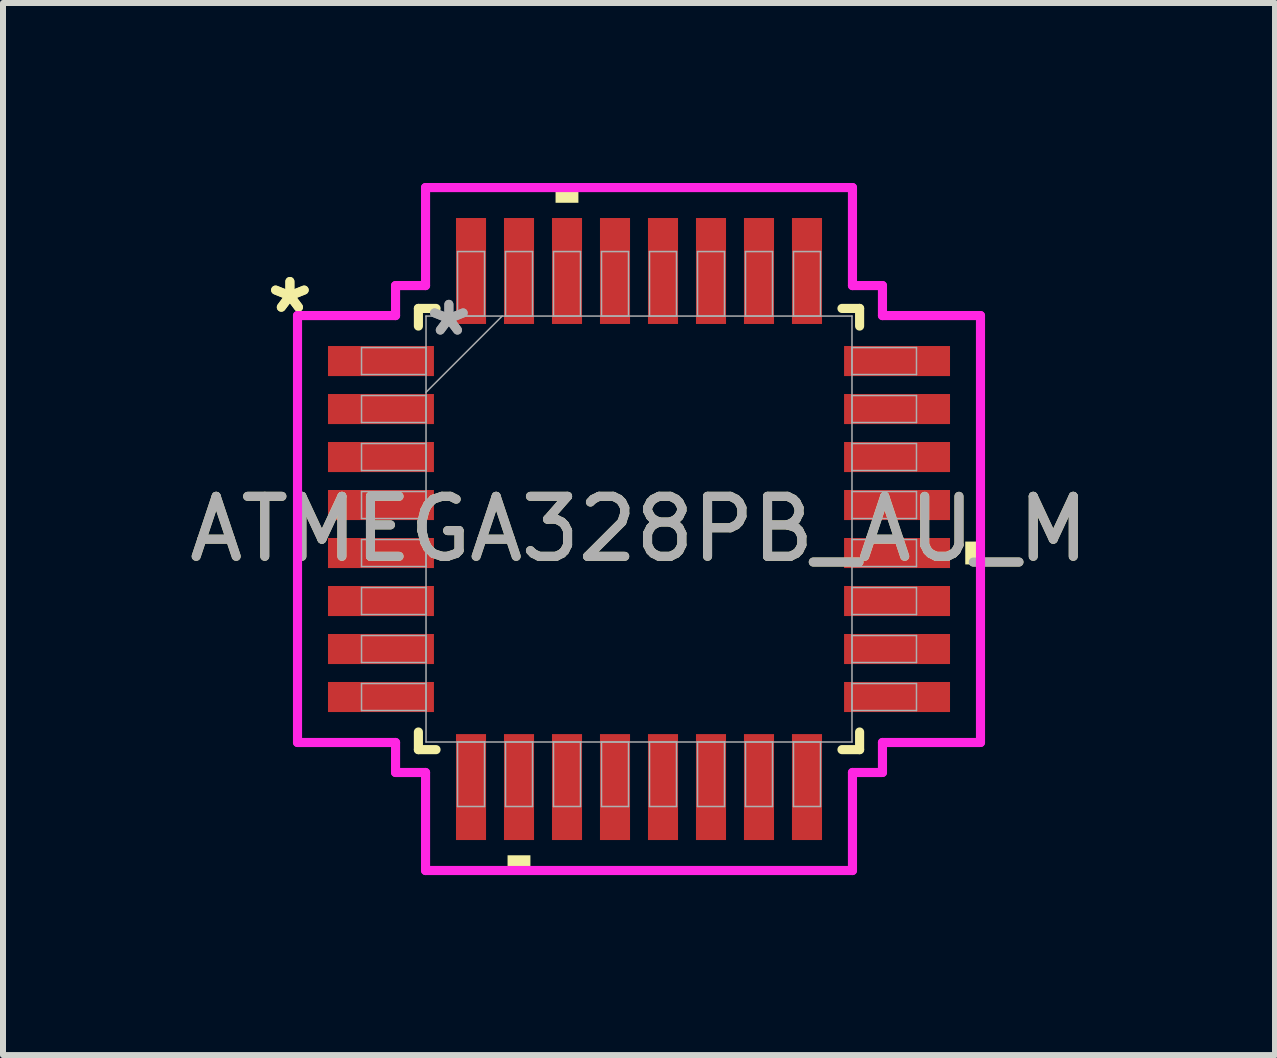
<source format=kicad_pcb>
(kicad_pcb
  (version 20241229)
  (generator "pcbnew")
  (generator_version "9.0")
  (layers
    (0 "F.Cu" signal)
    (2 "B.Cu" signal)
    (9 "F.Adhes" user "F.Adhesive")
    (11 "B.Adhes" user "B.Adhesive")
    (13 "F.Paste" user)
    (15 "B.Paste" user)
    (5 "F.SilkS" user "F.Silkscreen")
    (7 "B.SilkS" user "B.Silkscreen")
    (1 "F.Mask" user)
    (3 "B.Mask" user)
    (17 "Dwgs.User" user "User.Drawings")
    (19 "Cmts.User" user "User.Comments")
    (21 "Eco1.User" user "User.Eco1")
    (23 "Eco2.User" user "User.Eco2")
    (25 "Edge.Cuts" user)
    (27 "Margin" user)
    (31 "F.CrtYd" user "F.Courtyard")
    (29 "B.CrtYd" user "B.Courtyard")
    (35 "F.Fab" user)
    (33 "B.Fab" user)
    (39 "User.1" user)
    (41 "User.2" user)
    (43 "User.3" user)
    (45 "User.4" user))
  (footprint "ATMEGA328PB_AU_M"
    (layer "F.Cu")
    (at 7.601 5.768)
    (property "Reference" "ATMEGA328PB_AU_M" (at 0 0 0) (unlocked yes) (layer "F.SilkS") (effects (font (size 1 1) (thickness 0.15))))
    (attr smd)
    (fp_line (start -3.677 -3.677) (end -3.677 -3.383) (stroke (width 0.152) (type solid)) (layer "F.SilkS"))
    (fp_line (start -3.677 3.383) (end -3.677 3.677) (stroke (width 0.152) (type solid)) (layer "F.SilkS"))
    (fp_line (start -3.677 3.677) (end -3.383 3.677) (stroke (width 0.152) (type solid)) (layer "F.SilkS"))
    (fp_line (start -3.383 -3.677) (end -3.677 -3.677) (stroke (width 0.152) (type solid)) (layer "F.SilkS"))
    (fp_line (start 3.383 3.677) (end 3.677 3.677) (stroke (width 0.152) (type solid)) (layer "F.SilkS"))
    (fp_line (start 3.677 -3.677) (end 3.383 -3.677) (stroke (width 0.152) (type solid)) (layer "F.SilkS"))
    (fp_line (start 3.677 -3.383) (end 3.677 -3.677) (stroke (width 0.152) (type solid)) (layer "F.SilkS"))
    (fp_line (start 3.677 3.677) (end 3.677 3.383) (stroke (width 0.152) (type solid)) (layer "F.SilkS"))
    (fp_poly (pts (xy -2.191 5.438) (xy -2.191 5.692) (xy -1.81 5.692) (xy -1.81 5.438)) (stroke (width 0) (type solid)) (fill yes) (layer "F.SilkS"))
    (fp_poly (pts (xy -1.391 -5.438) (xy -1.391 -5.692) (xy -1.01 -5.692) (xy -1.01 -5.438)) (stroke (width 0) (type solid)) (fill yes) (layer "F.SilkS"))
    (fp_poly (pts (xy 5.692 0.209) (xy 5.692 0.59) (xy 5.438 0.59) (xy 5.438 0.209)) (stroke (width 0) (type solid)) (fill yes) (layer "F.SilkS"))
    (fp_line (start -5.692 -3.558) (end -4.058 -3.558) (stroke (width 0.152) (type solid)) (layer "F.CrtYd"))
    (fp_line (start -5.692 3.558) (end -5.692 -3.558) (stroke (width 0.152) (type solid)) (layer "F.CrtYd"))
    (fp_line (start -4.058 -4.058) (end -3.558 -4.058) (stroke (width 0.152) (type solid)) (layer "F.CrtYd"))
    (fp_line (start -4.058 -3.558) (end -4.058 -4.058) (stroke (width 0.152) (type solid)) (layer "F.CrtYd"))
    (fp_line (start -4.058 3.558) (end -5.692 3.558) (stroke (width 0.152) (type solid)) (layer "F.CrtYd"))
    (fp_line (start -4.058 4.058) (end -4.058 3.558) (stroke (width 0.152) (type solid)) (layer "F.CrtYd"))
    (fp_line (start -4.058 4.058) (end -3.558 4.058) (stroke (width 0.152) (type solid)) (layer "F.CrtYd"))
    (fp_line (start -3.558 -5.692) (end 3.558 -5.692) (stroke (width 0.152) (type solid)) (layer "F.CrtYd"))
    (fp_line (start -3.558 -4.058) (end -3.558 -5.692) (stroke (width 0.152) (type solid)) (layer "F.CrtYd"))
    (fp_line (start -3.558 4.058) (end -3.558 5.692) (stroke (width 0.152) (type solid)) (layer "F.CrtYd"))
    (fp_line (start -3.558 5.692) (end 3.558 5.692) (stroke (width 0.152) (type solid)) (layer "F.CrtYd"))
    (fp_line (start 3.558 -5.692) (end 3.558 -4.058) (stroke (width 0.152) (type solid)) (layer "F.CrtYd"))
    (fp_line (start 3.558 -4.058) (end 4.058 -4.058) (stroke (width 0.152) (type solid)) (layer "F.CrtYd"))
    (fp_line (start 3.558 4.058) (end 4.058 4.058) (stroke (width 0.152) (type solid)) (layer "F.CrtYd"))
    (fp_line (start 3.558 5.692) (end 3.558 4.058) (stroke (width 0.152) (type solid)) (layer "F.CrtYd"))
    (fp_line (start 4.058 -3.558) (end 4.058 -4.058) (stroke (width 0.152) (type solid)) (layer "F.CrtYd"))
    (fp_line (start 4.058 3.558) (end 5.692 3.558) (stroke (width 0.152) (type solid)) (layer "F.CrtYd"))
    (fp_line (start 4.058 4.058) (end 4.058 3.558) (stroke (width 0.152) (type solid)) (layer "F.CrtYd"))
    (fp_line (start 5.692 -3.558) (end 4.058 -3.558) (stroke (width 0.152) (type solid)) (layer "F.CrtYd"))
    (fp_line (start 5.692 3.558) (end 5.692 -3.558) (stroke (width 0.152) (type solid)) (layer "F.CrtYd"))
    (fp_line (start -4.625 -3.025) (end -4.625 -2.575) (stroke (width 0.025) (type solid)) (layer "F.Fab"))
    (fp_line (start -4.625 -2.575) (end -3.55 -2.575) (stroke (width 0.025) (type solid)) (layer "F.Fab"))
    (fp_line (start -4.625 -2.225) (end -4.625 -1.775) (stroke (width 0.025) (type solid)) (layer "F.Fab"))
    (fp_line (start -4.625 -1.775) (end -3.55 -1.775) (stroke (width 0.025) (type solid)) (layer "F.Fab"))
    (fp_line (start -4.625 -1.425) (end -4.625 -0.975) (stroke (width 0.025) (type solid)) (layer "F.Fab"))
    (fp_line (start -4.625 -0.975) (end -3.55 -0.975) (stroke (width 0.025) (type solid)) (layer "F.Fab"))
    (fp_line (start -4.625 -0.625) (end -4.625 -0.175) (stroke (width 0.025) (type solid)) (layer "F.Fab"))
    (fp_line (start -4.625 -0.175) (end -3.55 -0.175) (stroke (width 0.025) (type solid)) (layer "F.Fab"))
    (fp_line (start -4.625 0.175) (end -4.625 0.625) (stroke (width 0.025) (type solid)) (layer "F.Fab"))
    (fp_line (start -4.625 0.625) (end -3.55 0.625) (stroke (width 0.025) (type solid)) (layer "F.Fab"))
    (fp_line (start -4.625 0.975) (end -4.625 1.425) (stroke (width 0.025) (type solid)) (layer "F.Fab"))
    (fp_line (start -4.625 1.425) (end -3.55 1.425) (stroke (width 0.025) (type solid)) (layer "F.Fab"))
    (fp_line (start -4.625 1.775) (end -4.625 2.225) (stroke (width 0.025) (type solid)) (layer "F.Fab"))
    (fp_line (start -4.625 2.225) (end -3.55 2.225) (stroke (width 0.025) (type solid)) (layer "F.Fab"))
    (fp_line (start -4.625 2.575) (end -4.625 3.025) (stroke (width 0.025) (type solid)) (layer "F.Fab"))
    (fp_line (start -4.625 3.025) (end -3.55 3.025) (stroke (width 0.025) (type solid)) (layer "F.Fab"))
    (fp_line (start -3.55 -3.55) (end -3.55 3.55) (stroke (width 0.025) (type solid)) (layer "F.Fab"))
    (fp_line (start -3.55 -3.025) (end -4.625 -3.025) (stroke (width 0.025) (type solid)) (layer "F.Fab"))
    (fp_line (start -3.55 -2.575) (end -3.55 -3.025) (stroke (width 0.025) (type solid)) (layer "F.Fab"))
    (fp_line (start -3.55 -2.28) (end -2.28 -3.55) (stroke (width 0.025) (type solid)) (layer "F.Fab"))
    (fp_line (start -3.55 -2.225) (end -4.625 -2.225) (stroke (width 0.025) (type solid)) (layer "F.Fab"))
    (fp_line (start -3.55 -1.775) (end -3.55 -2.225) (stroke (width 0.025) (type solid)) (layer "F.Fab"))
    (fp_line (start -3.55 -1.425) (end -4.625 -1.425) (stroke (width 0.025) (type solid)) (layer "F.Fab"))
    (fp_line (start -3.55 -0.975) (end -3.55 -1.425) (stroke (width 0.025) (type solid)) (layer "F.Fab"))
    (fp_line (start -3.55 -0.625) (end -4.625 -0.625) (stroke (width 0.025) (type solid)) (layer "F.Fab"))
    (fp_line (start -3.55 -0.175) (end -3.55 -0.625) (stroke (width 0.025) (type solid)) (layer "F.Fab"))
    (fp_line (start -3.55 0.175) (end -4.625 0.175) (stroke (width 0.025) (type solid)) (layer "F.Fab"))
    (fp_line (start -3.55 0.625) (end -3.55 0.175) (stroke (width 0.025) (type solid)) (layer "F.Fab"))
    (fp_line (start -3.55 0.975) (end -4.625 0.975) (stroke (width 0.025) (type solid)) (layer "F.Fab"))
    (fp_line (start -3.55 1.425) (end -3.55 0.975) (stroke (width 0.025) (type solid)) (layer "F.Fab"))
    (fp_line (start -3.55 1.775) (end -4.625 1.775) (stroke (width 0.025) (type solid)) (layer "F.Fab"))
    (fp_line (start -3.55 2.225) (end -3.55 1.775) (stroke (width 0.025) (type solid)) (layer "F.Fab"))
    (fp_line (start -3.55 2.575) (end -4.625 2.575) (stroke (width 0.025) (type solid)) (layer "F.Fab"))
    (fp_line (start -3.55 3.025) (end -3.55 2.575) (stroke (width 0.025) (type solid)) (layer "F.Fab"))
    (fp_line (start -3.55 3.55) (end 3.55 3.55) (stroke (width 0.025) (type solid)) (layer "F.Fab"))
    (fp_line (start -3.025 -4.625) (end -3.025 -3.55) (stroke (width 0.025) (type solid)) (layer "F.Fab"))
    (fp_line (start -3.025 -3.55) (end -2.575 -3.55) (stroke (width 0.025) (type solid)) (layer "F.Fab"))
    (fp_line (start -3.025 3.55) (end -3.025 4.625) (stroke (width 0.025) (type solid)) (layer "F.Fab"))
    (fp_line (start -3.025 4.625) (end -2.575 4.625) (stroke (width 0.025) (type solid)) (layer "F.Fab"))
    (fp_line (start -2.575 3.55) (end -3.025 3.55) (stroke (width 0.025) (type solid)) (layer "F.Fab"))
    (fp_line (start -2.575 4.625) (end -2.575 3.55) (stroke (width 0.025) (type solid)) (layer "F.Fab"))
    (fp_line (start -2.575 -4.625) (end -3.025 -4.625) (stroke (width 0.025) (type solid)) (layer "F.Fab"))
    (fp_line (start -2.575 -3.55) (end -2.575 -4.625) (stroke (width 0.025) (type solid)) (layer "F.Fab"))
    (fp_line (start -2.225 -4.625) (end -2.225 -3.55) (stroke (width 0.025) (type solid)) (layer "F.Fab"))
    (fp_line (start -2.225 -3.55) (end -1.775 -3.55) (stroke (width 0.025) (type solid)) (layer "F.Fab"))
    (fp_line (start -2.225 3.55) (end -2.225 4.625) (stroke (width 0.025) (type solid)) (layer "F.Fab"))
    (fp_line (start -2.225 4.625) (end -1.775 4.625) (stroke (width 0.025) (type solid)) (layer "F.Fab"))
    (fp_line (start -1.775 -4.625) (end -2.225 -4.625) (stroke (width 0.025) (type solid)) (layer "F.Fab"))
    (fp_line (start -1.775 -3.55) (end -1.775 -4.625) (stroke (width 0.025) (type solid)) (layer "F.Fab"))
    (fp_line (start -1.775 3.55) (end -2.225 3.55) (stroke (width 0.025) (type solid)) (layer "F.Fab"))
    (fp_line (start -1.775 4.625) (end -1.775 3.55) (stroke (width 0.025) (type solid)) (layer "F.Fab"))
    (fp_line (start -1.425 -4.625) (end -1.425 -3.55) (stroke (width 0.025) (type solid)) (layer "F.Fab"))
    (fp_line (start -1.425 -3.55) (end -0.975 -3.55) (stroke (width 0.025) (type solid)) (layer "F.Fab"))
    (fp_line (start -1.425 3.55) (end -1.425 4.625) (stroke (width 0.025) (type solid)) (layer "F.Fab"))
    (fp_line (start -1.425 4.625) (end -0.975 4.625) (stroke (width 0.025) (type solid)) (layer "F.Fab"))
    (fp_line (start -0.975 -4.625) (end -1.425 -4.625) (stroke (width 0.025) (type solid)) (layer "F.Fab"))
    (fp_line (start -0.975 -3.55) (end -0.975 -4.625) (stroke (width 0.025) (type solid)) (layer "F.Fab"))
    (fp_line (start -0.975 3.55) (end -1.425 3.55) (stroke (width 0.025) (type solid)) (layer "F.Fab"))
    (fp_line (start -0.975 4.625) (end -0.975 3.55) (stroke (width 0.025) (type solid)) (layer "F.Fab"))
    (fp_line (start -0.625 -4.625) (end -0.625 -3.55) (stroke (width 0.025) (type solid)) (layer "F.Fab"))
    (fp_line (start -0.625 -3.55) (end -0.175 -3.55) (stroke (width 0.025) (type solid)) (layer "F.Fab"))
    (fp_line (start -0.625 3.55) (end -0.625 4.625) (stroke (width 0.025) (type solid)) (layer "F.Fab"))
    (fp_line (start -0.625 4.625) (end -0.175 4.625) (stroke (width 0.025) (type solid)) (layer "F.Fab"))
    (fp_line (start -0.175 -4.625) (end -0.625 -4.625) (stroke (width 0.025) (type solid)) (layer "F.Fab"))
    (fp_line (start -0.175 -3.55) (end -0.175 -4.625) (stroke (width 0.025) (type solid)) (layer "F.Fab"))
    (fp_line (start -0.175 3.55) (end -0.625 3.55) (stroke (width 0.025) (type solid)) (layer "F.Fab"))
    (fp_line (start -0.175 4.625) (end -0.175 3.55) (stroke (width 0.025) (type solid)) (layer "F.Fab"))
    (fp_line (start 0.175 -4.625) (end 0.175 -3.55) (stroke (width 0.025) (type solid)) (layer "F.Fab"))
    (fp_line (start 0.175 -3.55) (end 0.625 -3.55) (stroke (width 0.025) (type solid)) (layer "F.Fab"))
    (fp_line (start 0.175 3.55) (end 0.175 4.625) (stroke (width 0.025) (type solid)) (layer "F.Fab"))
    (fp_line (start 0.175 4.625) (end 0.625 4.625) (stroke (width 0.025) (type solid)) (layer "F.Fab"))
    (fp_line (start 0.625 -4.625) (end 0.175 -4.625) (stroke (width 0.025) (type solid)) (layer "F.Fab"))
    (fp_line (start 0.625 -3.55) (end 0.625 -4.625) (stroke (width 0.025) (type solid)) (layer "F.Fab"))
    (fp_line (start 0.625 3.55) (end 0.175 3.55) (stroke (width 0.025) (type solid)) (layer "F.Fab"))
    (fp_line (start 0.625 4.625) (end 0.625 3.55) (stroke (width 0.025) (type solid)) (layer "F.Fab"))
    (fp_line (start 0.975 -4.625) (end 0.975 -3.55) (stroke (width 0.025) (type solid)) (layer "F.Fab"))
    (fp_line (start 0.975 -3.55) (end 1.425 -3.55) (stroke (width 0.025) (type solid)) (layer "F.Fab"))
    (fp_line (start 0.975 3.55) (end 0.975 4.625) (stroke (width 0.025) (type solid)) (layer "F.Fab"))
    (fp_line (start 0.975 4.625) (end 1.425 4.625) (stroke (width 0.025) (type solid)) (layer "F.Fab"))
    (fp_line (start 1.425 -4.625) (end 0.975 -4.625) (stroke (width 0.025) (type solid)) (layer "F.Fab"))
    (fp_line (start 1.425 -3.55) (end 1.425 -4.625) (stroke (width 0.025) (type solid)) (layer "F.Fab"))
    (fp_line (start 1.425 3.55) (end 0.975 3.55) (stroke (width 0.025) (type solid)) (layer "F.Fab"))
    (fp_line (start 1.425 4.625) (end 1.425 3.55) (stroke (width 0.025) (type solid)) (layer "F.Fab"))
    (fp_line (start 1.775 -4.625) (end 1.775 -3.55) (stroke (width 0.025) (type solid)) (layer "F.Fab"))
    (fp_line (start 1.775 -3.55) (end 2.225 -3.55) (stroke (width 0.025) (type solid)) (layer "F.Fab"))
    (fp_line (start 1.775 3.55) (end 1.775 4.625) (stroke (width 0.025) (type solid)) (layer "F.Fab"))
    (fp_line (start 1.775 4.625) (end 2.225 4.625) (stroke (width 0.025) (type solid)) (layer "F.Fab"))
    (fp_line (start 2.225 -4.625) (end 1.775 -4.625) (stroke (width 0.025) (type solid)) (layer "F.Fab"))
    (fp_line (start 2.225 -3.55) (end 2.225 -4.625) (stroke (width 0.025) (type solid)) (layer "F.Fab"))
    (fp_line (start 2.225 3.55) (end 1.775 3.55) (stroke (width 0.025) (type solid)) (layer "F.Fab"))
    (fp_line (start 2.225 4.625) (end 2.225 3.55) (stroke (width 0.025) (type solid)) (layer "F.Fab"))
    (fp_line (start 2.575 3.55) (end 2.575 4.625) (stroke (width 0.025) (type solid)) (layer "F.Fab"))
    (fp_line (start 2.575 4.625) (end 3.025 4.625) (stroke (width 0.025) (type solid)) (layer "F.Fab"))
    (fp_line (start 2.575 -4.625) (end 2.575 -3.55) (stroke (width 0.025) (type solid)) (layer "F.Fab"))
    (fp_line (start 2.575 -3.55) (end 3.025 -3.55) (stroke (width 0.025) (type solid)) (layer "F.Fab"))
    (fp_line (start 3.025 -4.625) (end 2.575 -4.625) (stroke (width 0.025) (type solid)) (layer "F.Fab"))
    (fp_line (start 3.025 -3.55) (end 3.025 -4.625) (stroke (width 0.025) (type solid)) (layer "F.Fab"))
    (fp_line (start 3.025 3.55) (end 2.575 3.55) (stroke (width 0.025) (type solid)) (layer "F.Fab"))
    (fp_line (start 3.025 4.625) (end 3.025 3.55) (stroke (width 0.025) (type solid)) (layer "F.Fab"))
    (fp_line (start 3.55 -3.55) (end -3.55 -3.55) (stroke (width 0.025) (type solid)) (layer "F.Fab"))
    (fp_line (start 3.55 -3.025) (end 3.55 -2.575) (stroke (width 0.025) (type solid)) (layer "F.Fab"))
    (fp_line (start 3.55 -2.575) (end 4.625 -2.575) (stroke (width 0.025) (type solid)) (layer "F.Fab"))
    (fp_line (start 3.55 -2.225) (end 3.55 -1.775) (stroke (width 0.025) (type solid)) (layer "F.Fab"))
    (fp_line (start 3.55 -1.775) (end 4.625 -1.775) (stroke (width 0.025) (type solid)) (layer "F.Fab"))
    (fp_line (start 3.55 -1.425) (end 3.55 -0.975) (stroke (width 0.025) (type solid)) (layer "F.Fab"))
    (fp_line (start 3.55 -0.975) (end 4.625 -0.975) (stroke (width 0.025) (type solid)) (layer "F.Fab"))
    (fp_line (start 3.55 -0.625) (end 3.55 -0.175) (stroke (width 0.025) (type solid)) (layer "F.Fab"))
    (fp_line (start 3.55 -0.175) (end 4.625 -0.175) (stroke (width 0.025) (type solid)) (layer "F.Fab"))
    (fp_line (start 3.55 0.175) (end 3.55 0.625) (stroke (width 0.025) (type solid)) (layer "F.Fab"))
    (fp_line (start 3.55 0.625) (end 4.625 0.625) (stroke (width 0.025) (type solid)) (layer "F.Fab"))
    (fp_line (start 3.55 0.975) (end 3.55 1.425) (stroke (width 0.025) (type solid)) (layer "F.Fab"))
    (fp_line (start 3.55 1.425) (end 4.625 1.425) (stroke (width 0.025) (type solid)) (layer "F.Fab"))
    (fp_line (start 3.55 1.775) (end 3.55 2.225) (stroke (width 0.025) (type solid)) (layer "F.Fab"))
    (fp_line (start 3.55 2.225) (end 4.625 2.225) (stroke (width 0.025) (type solid)) (layer "F.Fab"))
    (fp_line (start 3.55 2.575) (end 3.55 3.025) (stroke (width 0.025) (type solid)) (layer "F.Fab"))
    (fp_line (start 3.55 3.025) (end 4.625 3.025) (stroke (width 0.025) (type solid)) (layer "F.Fab"))
    (fp_line (start 3.55 3.55) (end 3.55 -3.55) (stroke (width 0.025) (type solid)) (layer "F.Fab"))
    (fp_line (start 4.625 -3.025) (end 3.55 -3.025) (stroke (width 0.025) (type solid)) (layer "F.Fab"))
    (fp_line (start 4.625 -2.575) (end 4.625 -3.025) (stroke (width 0.025) (type solid)) (layer "F.Fab"))
    (fp_line (start 4.625 -2.225) (end 3.55 -2.225) (stroke (width 0.025) (type solid)) (layer "F.Fab"))
    (fp_line (start 4.625 -1.775) (end 4.625 -2.225) (stroke (width 0.025) (type solid)) (layer "F.Fab"))
    (fp_line (start 4.625 -1.425) (end 3.55 -1.425) (stroke (width 0.025) (type solid)) (layer "F.Fab"))
    (fp_line (start 4.625 -0.975) (end 4.625 -1.425) (stroke (width 0.025) (type solid)) (layer "F.Fab"))
    (fp_line (start 4.625 -0.625) (end 3.55 -0.625) (stroke (width 0.025) (type solid)) (layer "F.Fab"))
    (fp_line (start 4.625 -0.175) (end 4.625 -0.625) (stroke (width 0.025) (type solid)) (layer "F.Fab"))
    (fp_line (start 4.625 0.175) (end 3.55 0.175) (stroke (width 0.025) (type solid)) (layer "F.Fab"))
    (fp_line (start 4.625 0.625) (end 4.625 0.175) (stroke (width 0.025) (type solid)) (layer "F.Fab"))
    (fp_line (start 4.625 0.975) (end 3.55 0.975) (stroke (width 0.025) (type solid)) (layer "F.Fab"))
    (fp_line (start 4.625 1.425) (end 4.625 0.975) (stroke (width 0.025) (type solid)) (layer "F.Fab"))
    (fp_line (start 4.625 1.775) (end 3.55 1.775) (stroke (width 0.025) (type solid)) (layer "F.Fab"))
    (fp_line (start 4.625 2.225) (end 4.625 1.775) (stroke (width 0.025) (type solid)) (layer "F.Fab"))
    (fp_line (start 4.625 2.575) (end 3.55 2.575) (stroke (width 0.025) (type solid)) (layer "F.Fab"))
    (fp_line (start 4.625 3.025) (end 4.625 2.575) (stroke (width 0.025) (type solid)) (layer "F.Fab"))
    (fp_text user "*" (at -5.819 -3.581 0) (layer "F.SilkS") (effects (font (size 1 1) (thickness 0.15))))
    (fp_text user "*" (at -5.819 -3.581 0) (unlocked yes) (layer "F.SilkS") (effects (font (size 1 1) (thickness 0.15))))
    (fp_text user "*" (at -3.169 -3.2 0) (layer "F.Fab") (effects (font (size 1 1) (thickness 0.15))))
    (fp_text user "${REFERENCE}" (at 0 0 0) (unlocked yes) (layer "F.Fab") (effects (font (size 1 1) (thickness 0.15))))
    (fp_text user "*" (at -3.169 -3.2 0) (unlocked yes) (layer "F.Fab") (effects (font (size 1 1) (thickness 0.15))))
    (pad "1" smd rect (at -4.301 -2.8 90) (size 0.501 1.766) (layers "F.Cu" "F.Mask" "F.Paste"))
    (pad "2" smd rect (at -4.301 -2 90) (size 0.501 1.766) (layers "F.Cu" "F.Mask" "F.Paste"))
    (pad "3" smd rect (at -4.301 -1.2 90) (size 0.501 1.766) (layers "F.Cu" "F.Mask" "F.Paste"))
    (pad "4" smd rect (at -4.301 -0.4 90) (size 0.501 1.766) (layers "F.Cu" "F.Mask" "F.Paste"))
    (pad "5" smd rect (at -4.301 0.4 90) (size 0.501 1.766) (layers "F.Cu" "F.Mask" "F.Paste"))
    (pad "6" smd rect (at -4.301 1.2 90) (size 0.501 1.766) (layers "F.Cu" "F.Mask" "F.Paste"))
    (pad "7" smd rect (at -4.301 2 90) (size 0.501 1.766) (layers "F.Cu" "F.Mask" "F.Paste"))
    (pad "8" smd rect (at -4.301 2.8 90) (size 0.501 1.766) (layers "F.Cu" "F.Mask" "F.Paste"))
    (pad "9" smd rect (at -2.8 4.301) (size 0.501 1.766) (layers "F.Cu" "F.Mask" "F.Paste"))
    (pad "10" smd rect (at -2 4.301) (size 0.501 1.766) (layers "F.Cu" "F.Mask" "F.Paste"))
    (pad "11" smd rect (at -1.2 4.301) (size 0.501 1.766) (layers "F.Cu" "F.Mask" "F.Paste"))
    (pad "12" smd rect (at -0.4 4.301) (size 0.501 1.766) (layers "F.Cu" "F.Mask" "F.Paste"))
    (pad "13" smd rect (at 0.4 4.301) (size 0.501 1.766) (layers "F.Cu" "F.Mask" "F.Paste"))
    (pad "14" smd rect (at 1.2 4.301) (size 0.501 1.766) (layers "F.Cu" "F.Mask" "F.Paste"))
    (pad "15" smd rect (at 2 4.301) (size 0.501 1.766) (layers "F.Cu" "F.Mask" "F.Paste"))
    (pad "16" smd rect (at 2.8 4.301) (size 0.501 1.766) (layers "F.Cu" "F.Mask" "F.Paste"))
    (pad "17" smd rect (at 4.301 2.8 90) (size 0.501 1.766) (layers "F.Cu" "F.Mask" "F.Paste"))
    (pad "18" smd rect (at 4.301 2 90) (size 0.501 1.766) (layers "F.Cu" "F.Mask" "F.Paste"))
    (pad "19" smd rect (at 4.301 1.2 90) (size 0.501 1.766) (layers "F.Cu" "F.Mask" "F.Paste"))
    (pad "20" smd rect (at 4.301 0.4 90) (size 0.501 1.766) (layers "F.Cu" "F.Mask" "F.Paste"))
    (pad "21" smd rect (at 4.301 -0.4 90) (size 0.501 1.766) (layers "F.Cu" "F.Mask" "F.Paste"))
    (pad "22" smd rect (at 4.301 -1.2 90) (size 0.501 1.766) (layers "F.Cu" "F.Mask" "F.Paste"))
    (pad "23" smd rect (at 4.301 -2 90) (size 0.501 1.766) (layers "F.Cu" "F.Mask" "F.Paste"))
    (pad "24" smd rect (at 4.301 -2.8 90) (size 0.501 1.766) (layers "F.Cu" "F.Mask" "F.Paste"))
    (pad "25" smd rect (at 2.8 -4.301) (size 0.501 1.766) (layers "F.Cu" "F.Mask" "F.Paste"))
    (pad "26" smd rect (at 2 -4.301) (size 0.501 1.766) (layers "F.Cu" "F.Mask" "F.Paste"))
    (pad "27" smd rect (at 1.2 -4.301) (size 0.501 1.766) (layers "F.Cu" "F.Mask" "F.Paste"))
    (pad "28" smd rect (at 0.4 -4.301) (size 0.501 1.766) (layers "F.Cu" "F.Mask" "F.Paste"))
    (pad "29" smd rect (at -0.4 -4.301) (size 0.501 1.766) (layers "F.Cu" "F.Mask" "F.Paste"))
    (pad "30" smd rect (at -1.2 -4.301) (size 0.501 1.766) (layers "F.Cu" "F.Mask" "F.Paste"))
    (pad "31" smd rect (at -2 -4.301) (size 0.501 1.766) (layers "F.Cu" "F.Mask" "F.Paste"))
    (pad "32" smd rect (at -2.8 -4.301) (size 0.501 1.766) (layers "F.Cu" "F.Mask" "F.Paste")))
  (gr_rect
    (start -3 -3)
    (end 18.202 14.536)
    (stroke (width 0.1) (type default))
    (fill no)
    (layer "Edge.Cuts")))
</source>
